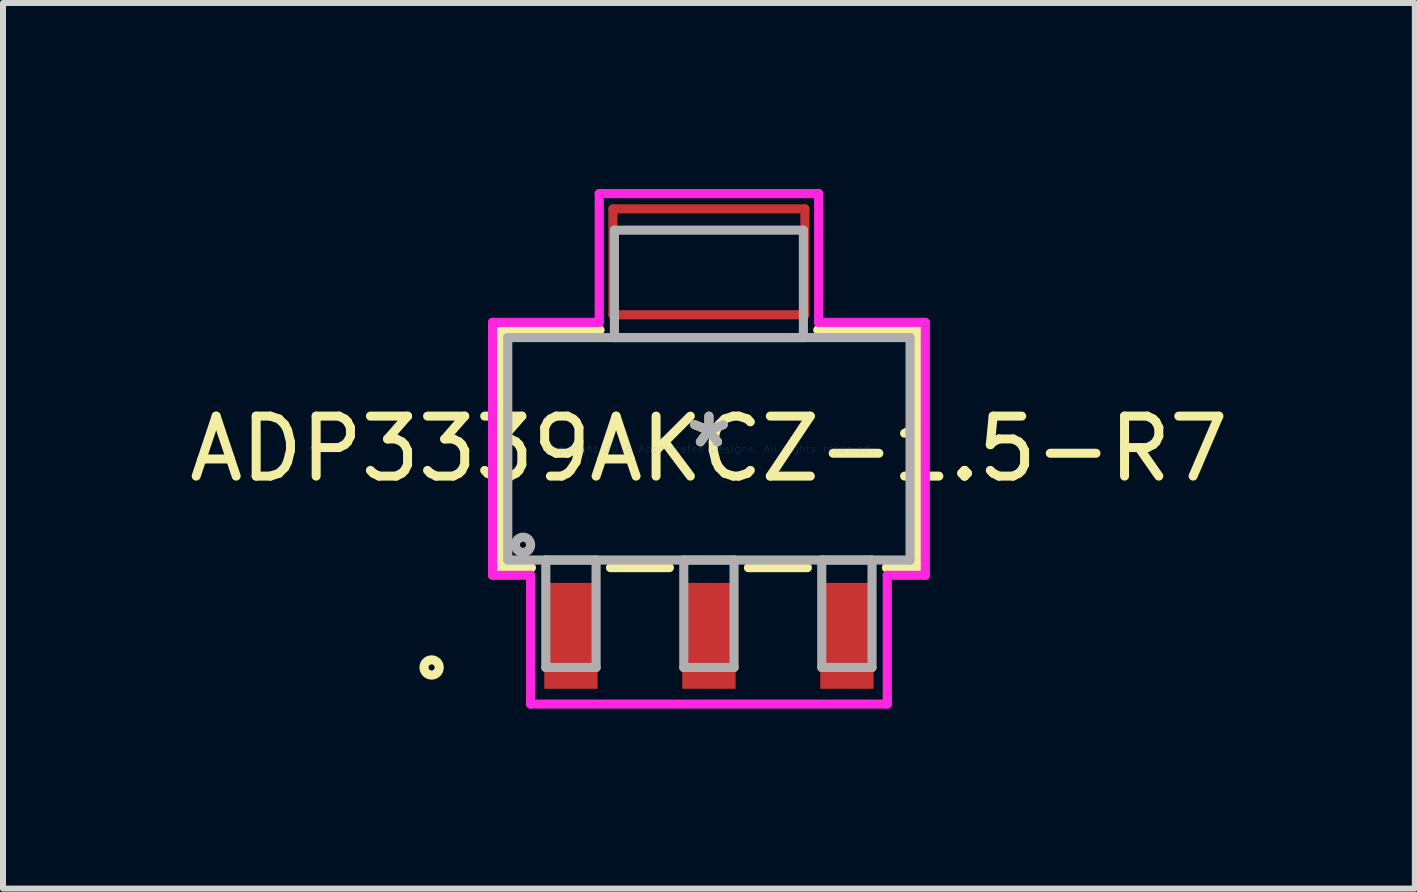
<source format=kicad_pcb>
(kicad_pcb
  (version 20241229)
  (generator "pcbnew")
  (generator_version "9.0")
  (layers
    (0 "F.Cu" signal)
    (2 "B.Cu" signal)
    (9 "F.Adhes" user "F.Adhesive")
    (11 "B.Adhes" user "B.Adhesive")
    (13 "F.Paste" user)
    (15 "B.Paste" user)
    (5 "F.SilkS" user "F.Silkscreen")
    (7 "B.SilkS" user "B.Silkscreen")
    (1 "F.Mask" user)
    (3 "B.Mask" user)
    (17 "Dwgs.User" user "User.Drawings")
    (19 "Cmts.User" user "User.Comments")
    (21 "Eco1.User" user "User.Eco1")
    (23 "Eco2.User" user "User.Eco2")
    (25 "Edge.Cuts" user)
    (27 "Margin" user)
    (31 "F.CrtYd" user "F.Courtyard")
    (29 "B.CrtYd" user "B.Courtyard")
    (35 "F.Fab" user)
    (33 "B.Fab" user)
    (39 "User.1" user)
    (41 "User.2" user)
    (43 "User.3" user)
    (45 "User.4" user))
  (footprint "ADP3339AKCZ-1.5-R7"
    (layer "F.Cu")
    (at 8.768 4.432)
    (property "Reference" "ADP3339AKCZ-1.5-R7" (at 0 0 0) (layer "F.SilkS") (effects (font (size 1 1) (thickness 0.15))))
    (attr through_hole)
    (fp_line (start -1.6 -4) (end -1.6 -2.235) (stroke (width 0.152) (type solid)) (layer "F.Cu"))
    (fp_line (start -1.6 -2.235) (end 1.6 -2.235) (stroke (width 0.152) (type solid)) (layer "F.Cu"))
    (fp_line (start 1.6 -4) (end -1.6 -4) (stroke (width 0.152) (type solid)) (layer "F.Cu"))
    (fp_line (start 1.6 -2.235) (end 1.6 -4) (stroke (width 0.152) (type solid)) (layer "F.Cu"))
    (fp_line (start -1.626 -4.356) (end -1.626 -1.88) (stroke (width 0.152) (type solid)) (layer "F.Mask"))
    (fp_line (start -1.626 -1.88) (end 1.626 -1.88) (stroke (width 0.152) (type solid)) (layer "F.Mask"))
    (fp_line (start 1.626 -4.356) (end -1.626 -4.356) (stroke (width 0.152) (type solid)) (layer "F.Mask"))
    (fp_line (start 1.626 -1.88) (end 1.626 -4.356) (stroke (width 0.152) (type solid)) (layer "F.Mask"))
    (fp_line (start -3.48 -1.981) (end -3.48 1.981) (stroke (width 0.152) (type solid)) (layer "F.SilkS"))
    (fp_line (start -3.48 1.981) (end -2.959 1.981) (stroke (width 0.152) (type solid)) (layer "F.SilkS"))
    (fp_line (start -1.815 -1.981) (end -3.48 -1.981) (stroke (width 0.152) (type solid)) (layer "F.SilkS"))
    (fp_line (start -1.641 1.981) (end -0.659 1.981) (stroke (width 0.152) (type solid)) (layer "F.SilkS"))
    (fp_line (start 0.659 1.981) (end 1.641 1.981) (stroke (width 0.152) (type solid)) (layer "F.SilkS"))
    (fp_line (start 2.959 1.981) (end 3.48 1.981) (stroke (width 0.152) (type solid)) (layer "F.SilkS"))
    (fp_line (start 3.48 -1.981) (end 1.815 -1.981) (stroke (width 0.152) (type solid)) (layer "F.SilkS"))
    (fp_line (start 3.48 1.981) (end 3.48 -1.981) (stroke (width 0.152) (type solid)) (layer "F.SilkS"))
    (fp_circle (center -4.623 3.645) (end -4.496 3.645) (stroke (width 0.152) (type solid)) (fill no) (layer "F.SilkS"))
    (fp_line (start -1.6 -4) (end -1.6 -2.235) (stroke (width 0.152) (type solid)) (layer "F.Paste"))
    (fp_line (start -1.6 -2.235) (end 1.6 -2.235) (stroke (width 0.152) (type solid)) (layer "F.Paste"))
    (fp_line (start 1.6 -4) (end -1.6 -4) (stroke (width 0.152) (type solid)) (layer "F.Paste"))
    (fp_line (start 1.6 -2.235) (end 1.6 -4) (stroke (width 0.152) (type solid)) (layer "F.Paste"))
    (fp_line (start -3.607 -2.108) (end -1.829 -2.108) (stroke (width 0.152) (type solid)) (layer "F.CrtYd"))
    (fp_line (start -3.607 2.108) (end -3.607 -2.108) (stroke (width 0.152) (type solid)) (layer "F.CrtYd"))
    (fp_line (start -2.973 2.108) (end -3.607 2.108) (stroke (width 0.152) (type solid)) (layer "F.CrtYd"))
    (fp_line (start -2.973 4.255) (end -2.973 2.108) (stroke (width 0.152) (type solid)) (layer "F.CrtYd"))
    (fp_line (start -1.829 -4.255) (end 1.829 -4.255) (stroke (width 0.152) (type solid)) (layer "F.CrtYd"))
    (fp_line (start -1.829 -2.108) (end -1.829 -4.255) (stroke (width 0.152) (type solid)) (layer "F.CrtYd"))
    (fp_line (start 1.829 -4.255) (end 1.829 -2.108) (stroke (width 0.152) (type solid)) (layer "F.CrtYd"))
    (fp_line (start 1.829 -2.108) (end 3.607 -2.108) (stroke (width 0.152) (type solid)) (layer "F.CrtYd"))
    (fp_line (start 2.973 2.108) (end 2.973 4.255) (stroke (width 0.152) (type solid)) (layer "F.CrtYd"))
    (fp_line (start 2.973 4.255) (end -2.973 4.255) (stroke (width 0.152) (type solid)) (layer "F.CrtYd"))
    (fp_line (start 3.607 -2.108) (end 3.607 2.108) (stroke (width 0.152) (type solid)) (layer "F.CrtYd"))
    (fp_line (start 3.607 2.108) (end 2.973 2.108) (stroke (width 0.152) (type solid)) (layer "F.CrtYd"))
    (fp_line (start -3.353 -1.854) (end -3.353 1.854) (stroke (width 0.152) (type solid)) (layer "F.Fab"))
    (fp_line (start -3.353 1.854) (end 3.353 1.854) (stroke (width 0.152) (type solid)) (layer "F.Fab"))
    (fp_line (start -2.719 1.854) (end -2.719 3.645) (stroke (width 0.152) (type solid)) (layer "F.Fab"))
    (fp_line (start -2.719 3.645) (end -1.881 3.645) (stroke (width 0.152) (type solid)) (layer "F.Fab"))
    (fp_line (start -1.881 1.854) (end -2.719 1.854) (stroke (width 0.152) (type solid)) (layer "F.Fab"))
    (fp_line (start -1.881 3.645) (end -1.881 1.854) (stroke (width 0.152) (type solid)) (layer "F.Fab"))
    (fp_line (start -1.575 -3.645) (end -1.575 -1.854) (stroke (width 0.152) (type solid)) (layer "F.Fab"))
    (fp_line (start -1.575 -1.854) (end 1.575 -1.854) (stroke (width 0.152) (type solid)) (layer "F.Fab"))
    (fp_line (start -0.419 1.854) (end -0.419 3.645) (stroke (width 0.152) (type solid)) (layer "F.Fab"))
    (fp_line (start -0.419 3.645) (end 0.419 3.645) (stroke (width 0.152) (type solid)) (layer "F.Fab"))
    (fp_line (start 0.419 1.854) (end -0.419 1.854) (stroke (width 0.152) (type solid)) (layer "F.Fab"))
    (fp_line (start 0.419 3.645) (end 0.419 1.854) (stroke (width 0.152) (type solid)) (layer "F.Fab"))
    (fp_line (start 1.575 -3.645) (end -1.575 -3.645) (stroke (width 0.152) (type solid)) (layer "F.Fab"))
    (fp_line (start 1.575 -1.854) (end 1.575 -3.645) (stroke (width 0.152) (type solid)) (layer "F.Fab"))
    (fp_line (start 1.881 1.854) (end 1.881 3.645) (stroke (width 0.152) (type solid)) (layer "F.Fab"))
    (fp_line (start 1.881 3.645) (end 2.719 3.645) (stroke (width 0.152) (type solid)) (layer "F.Fab"))
    (fp_line (start 2.719 1.854) (end 1.881 1.854) (stroke (width 0.152) (type solid)) (layer "F.Fab"))
    (fp_line (start 2.719 3.645) (end 2.719 1.854) (stroke (width 0.152) (type solid)) (layer "F.Fab"))
    (fp_line (start 3.353 -1.854) (end -3.353 -1.854) (stroke (width 0.152) (type solid)) (layer "F.Fab"))
    (fp_line (start 3.353 1.854) (end 3.353 -1.854) (stroke (width 0.152) (type solid)) (layer "F.Fab"))
    (fp_circle (center -3.099 1.6) (end -2.972 1.6) (stroke (width 0.152) (type solid)) (fill no) (layer "F.Fab"))
    (fp_text user "*" (at 0 0 0) (layer "F.SilkS") (effects (font (size 1 1) (thickness 0.15))))
    (fp_text user "Copyright 2016 Accelerated Designs. All rights reserved." (at 0 0 0) (layer "Cmts.User") (effects (font (size 0.127 0.127) (thickness 0.002))))
    (fp_text user "*" (at 0 0 0) (layer "F.Fab") (effects (font (size 1 1) (thickness 0.15))))
    (pad "1" smd rect (at -2.3 3.118) (size 0.889 1.765) (layers "F.Cu" "F.Mask" "F.Paste"))
    (pad "2" smd rect (at 0 3.118) (size 0.889 1.765) (layers "F.Cu" "F.Mask" "F.Paste"))
    (pad "3" smd rect (at 2.3 3.118) (size 0.889 1.765) (layers "F.Cu" "F.Mask" "F.Paste")))
  (gr_rect
    (start -3 -3)
    (end 20.536 11.763)
    (stroke (width 0.1) (type default))
    (fill no)
    (layer "Edge.Cuts")))
</source>
